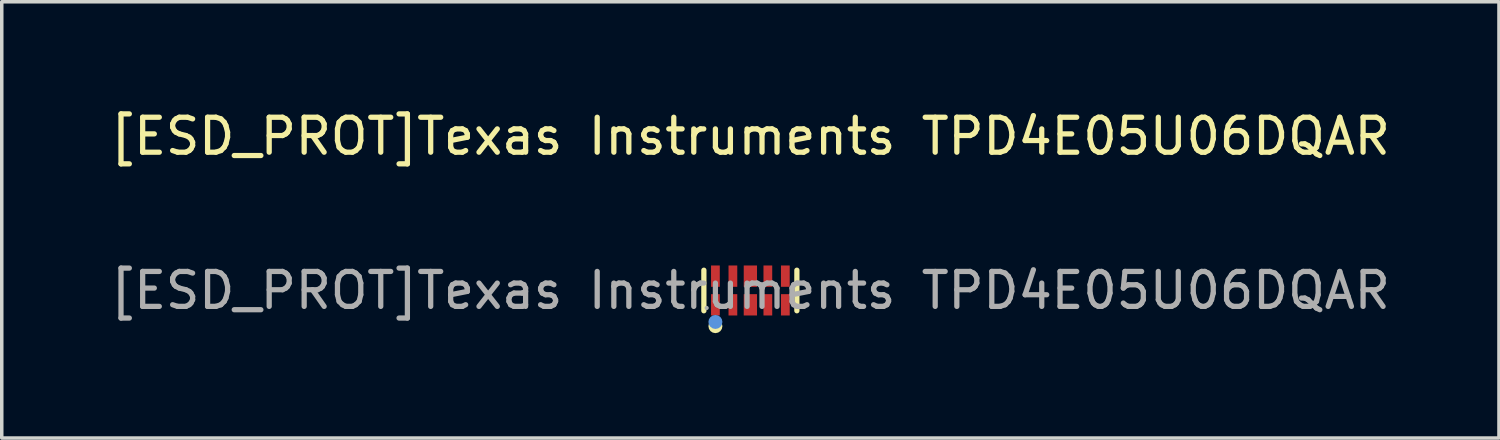
<source format=kicad_pcb>
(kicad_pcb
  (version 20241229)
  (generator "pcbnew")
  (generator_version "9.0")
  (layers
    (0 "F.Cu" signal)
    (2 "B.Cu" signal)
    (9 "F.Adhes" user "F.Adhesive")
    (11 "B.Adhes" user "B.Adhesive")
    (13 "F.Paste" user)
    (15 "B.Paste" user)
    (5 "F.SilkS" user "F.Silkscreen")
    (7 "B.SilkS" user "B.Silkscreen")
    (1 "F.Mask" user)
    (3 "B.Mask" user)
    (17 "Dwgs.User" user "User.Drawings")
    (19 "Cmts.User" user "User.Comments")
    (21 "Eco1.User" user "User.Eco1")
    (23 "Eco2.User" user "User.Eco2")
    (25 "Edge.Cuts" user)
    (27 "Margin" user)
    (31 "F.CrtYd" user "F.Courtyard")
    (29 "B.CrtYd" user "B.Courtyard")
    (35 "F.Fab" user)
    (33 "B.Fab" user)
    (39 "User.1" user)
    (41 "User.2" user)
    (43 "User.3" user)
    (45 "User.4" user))
  (footprint "[ESD_PROT]Texas Instruments TPD4E05U06DQAR"
    (layer "F.Cu")
    (at 18.411 5.258)
    (property "Reference" "[ESD_PROT]Texas Instruments TPD4E05U06DQAR" (at 0 -4.41 0) (layer "F.SilkS") (effects (font (size 1 1) (thickness 0.15))))
    (attr smd)
    (fp_line (start -1.33 0.58) (end -1.33 -0.58) (stroke (width 0.15) (type solid)) (layer "F.SilkS"))
    (fp_line (start 1.33 -0.58) (end 1.33 0.58) (stroke (width 0.15) (type solid)) (layer "F.SilkS"))
    (fp_circle (center -1 1.02) (end -0.9 1.02) (stroke (width 0.2) (type solid)) (fill no) (layer "F.SilkS"))
    (fp_circle (center -1 0.9) (end -0.9 0.9) (stroke (width 0.2) (type solid)) (fill no) (layer "Cmts.User"))
    (fp_circle (center -1.25 0.5) (end -1.22 0.5) (stroke (width 0.06) (type solid)) (fill no) (layer "F.Fab"))
    (fp_text user "${REFERENCE}" (at 0 0 0) (layer "F.Fab") (effects (font (size 1 1) (thickness 0.15))))
    (pad "1" smd rect (at -1 0.41) (size 0.25 0.61) (layers "F.Cu" "F.Mask" "F.Paste"))
    (pad "2" smd rect (at -0.5 0.41) (size 0.25 0.61) (layers "F.Cu" "F.Mask" "F.Paste"))
    (pad "3" smd rect (at 0 0.41) (size 0.38 0.61) (layers "F.Cu" "F.Mask" "F.Paste"))
    (pad "4" smd rect (at 0.5 0.41) (size 0.25 0.61) (layers "F.Cu" "F.Mask" "F.Paste"))
    (pad "5" smd rect (at 1 0.41) (size 0.25 0.61) (layers "F.Cu" "F.Mask" "F.Paste"))
    (pad "6" smd rect (at 1 -0.41) (size 0.25 0.61) (layers "F.Cu" "F.Mask" "F.Paste"))
    (pad "7" smd rect (at 0.5 -0.41) (size 0.25 0.61) (layers "F.Cu" "F.Mask" "F.Paste"))
    (pad "8" smd rect (at 0 -0.41) (size 0.38 0.61) (layers "F.Cu" "F.Mask" "F.Paste"))
    (pad "9" smd rect (at -0.5 -0.41) (size 0.25 0.61) (layers "F.Cu" "F.Mask" "F.Paste"))
    (pad "10" smd rect (at -1 -0.41) (size 0.25 0.61) (layers "F.Cu" "F.Mask" "F.Paste")))
  (gr_rect
    (start -3 -3)
    (end 39.821 9.478)
    (stroke (width 0.1) (type default))
    (fill no)
    (layer "Edge.Cuts")))
</source>
